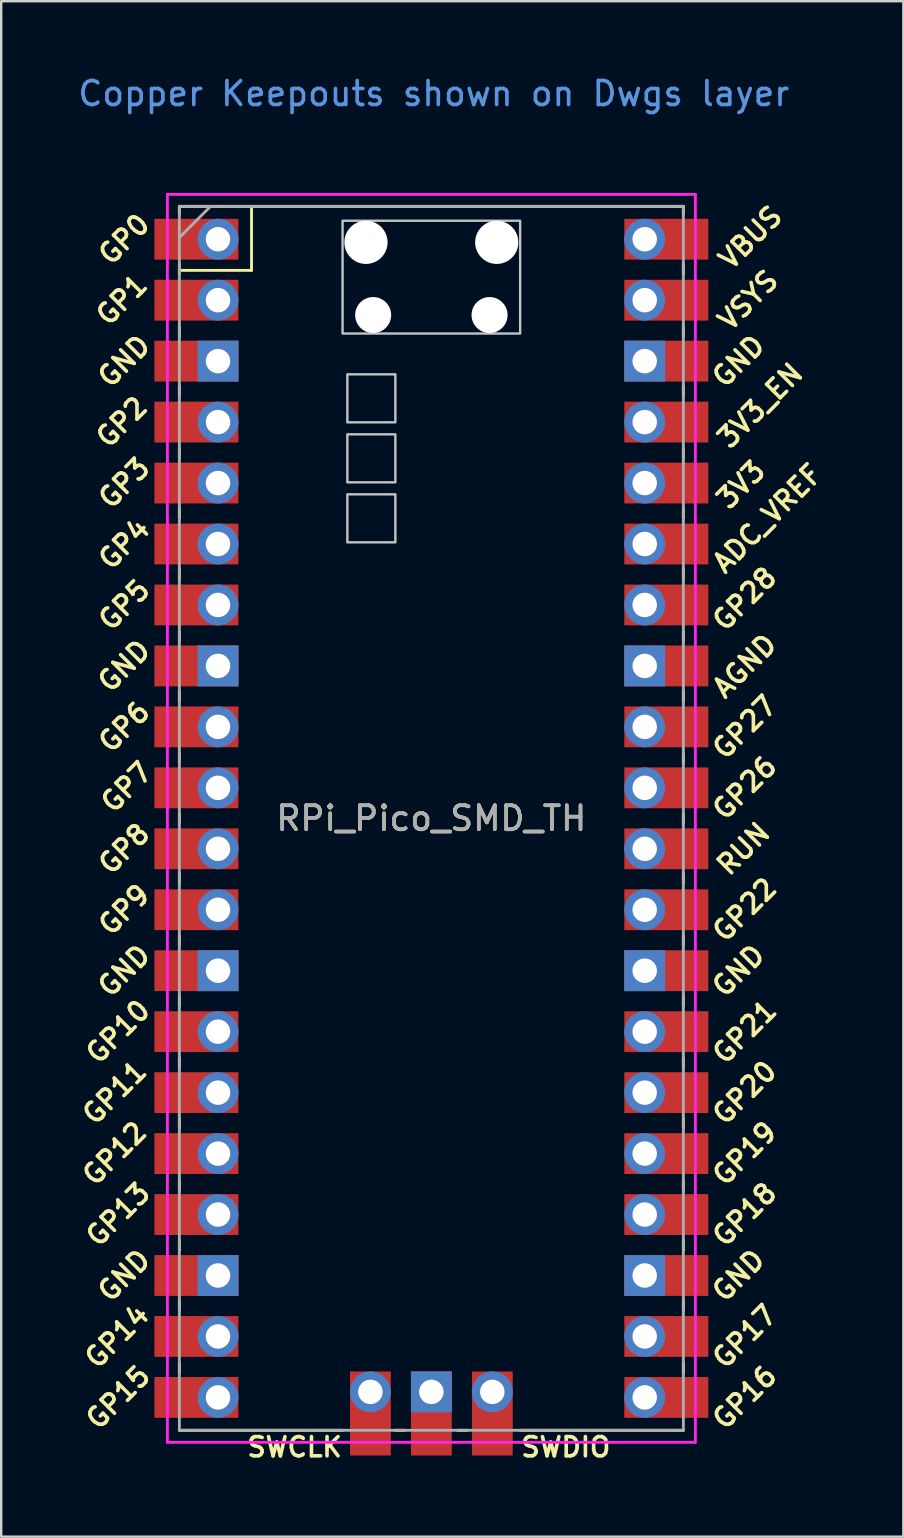
<source format=kicad_pcb>
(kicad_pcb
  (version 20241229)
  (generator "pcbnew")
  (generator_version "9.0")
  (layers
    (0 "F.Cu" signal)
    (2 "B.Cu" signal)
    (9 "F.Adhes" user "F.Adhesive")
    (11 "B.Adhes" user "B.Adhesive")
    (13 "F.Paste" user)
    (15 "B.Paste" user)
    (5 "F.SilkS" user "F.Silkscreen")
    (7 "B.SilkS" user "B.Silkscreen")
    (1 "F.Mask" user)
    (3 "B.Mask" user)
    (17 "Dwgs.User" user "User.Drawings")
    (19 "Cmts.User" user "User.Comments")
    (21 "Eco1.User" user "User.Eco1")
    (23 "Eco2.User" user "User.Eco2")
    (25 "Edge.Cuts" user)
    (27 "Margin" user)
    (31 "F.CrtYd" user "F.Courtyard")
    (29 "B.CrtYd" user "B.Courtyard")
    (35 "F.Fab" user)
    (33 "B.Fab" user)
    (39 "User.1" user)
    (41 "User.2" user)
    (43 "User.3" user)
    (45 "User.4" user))
  (footprint "RPi_Pico_SMD_TH"
    (layer "F.Cu")
    (at 14.924 31.048)
    (property "Reference" "RPi_Pico_SMD_TH" (at 0 0 0) (layer "F.SilkS") (effects (font (size 1 1) (thickness 0.15))))
    (attr through_hole)
    (fp_line (start -10.5 -25.5) (end -10.5 -25.2) (stroke (width 0.12) (type solid)) (layer "F.SilkS"))
    (fp_line (start -10.5 -25.5) (end 10.5 -25.5) (stroke (width 0.12) (type solid)) (layer "F.SilkS"))
    (fp_line (start -10.5 -23.1) (end -10.5 -22.7) (stroke (width 0.12) (type solid)) (layer "F.SilkS"))
    (fp_line (start -10.5 -22.833) (end -7.493 -22.833) (stroke (width 0.12) (type solid)) (layer "F.SilkS"))
    (fp_line (start -10.5 -20.5) (end -10.5 -20.1) (stroke (width 0.12) (type solid)) (layer "F.SilkS"))
    (fp_line (start -10.5 -18) (end -10.5 -17.6) (stroke (width 0.12) (type solid)) (layer "F.SilkS"))
    (fp_line (start -10.5 -15.4) (end -10.5 -15) (stroke (width 0.12) (type solid)) (layer "F.SilkS"))
    (fp_line (start -10.5 -12.9) (end -10.5 -12.5) (stroke (width 0.12) (type solid)) (layer "F.SilkS"))
    (fp_line (start -10.5 -10.4) (end -10.5 -10) (stroke (width 0.12) (type solid)) (layer "F.SilkS"))
    (fp_line (start -10.5 -7.8) (end -10.5 -7.4) (stroke (width 0.12) (type solid)) (layer "F.SilkS"))
    (fp_line (start -10.5 -5.3) (end -10.5 -4.9) (stroke (width 0.12) (type solid)) (layer "F.SilkS"))
    (fp_line (start -10.5 -2.7) (end -10.5 -2.3) (stroke (width 0.12) (type solid)) (layer "F.SilkS"))
    (fp_line (start -10.5 -0.2) (end -10.5 0.2) (stroke (width 0.12) (type solid)) (layer "F.SilkS"))
    (fp_line (start -10.5 2.3) (end -10.5 2.7) (stroke (width 0.12) (type solid)) (layer "F.SilkS"))
    (fp_line (start -10.5 4.9) (end -10.5 5.3) (stroke (width 0.12) (type solid)) (layer "F.SilkS"))
    (fp_line (start -10.5 7.4) (end -10.5 7.8) (stroke (width 0.12) (type solid)) (layer "F.SilkS"))
    (fp_line (start -10.5 10) (end -10.5 10.4) (stroke (width 0.12) (type solid)) (layer "F.SilkS"))
    (fp_line (start -10.5 12.5) (end -10.5 12.9) (stroke (width 0.12) (type solid)) (layer "F.SilkS"))
    (fp_line (start -10.5 15.1) (end -10.5 15.5) (stroke (width 0.12) (type solid)) (layer "F.SilkS"))
    (fp_line (start -10.5 17.6) (end -10.5 18) (stroke (width 0.12) (type solid)) (layer "F.SilkS"))
    (fp_line (start -10.5 20.1) (end -10.5 20.5) (stroke (width 0.12) (type solid)) (layer "F.SilkS"))
    (fp_line (start -10.5 22.7) (end -10.5 23.1) (stroke (width 0.12) (type solid)) (layer "F.SilkS"))
    (fp_line (start -7.493 -22.833) (end -7.493 -25.5) (stroke (width 0.12) (type solid)) (layer "F.SilkS"))
    (fp_line (start -3.7 25.5) (end -10.5 25.5) (stroke (width 0.12) (type solid)) (layer "F.SilkS"))
    (fp_line (start -1.5 25.5) (end -1.1 25.5) (stroke (width 0.12) (type solid)) (layer "F.SilkS"))
    (fp_line (start 1.1 25.5) (end 1.5 25.5) (stroke (width 0.12) (type solid)) (layer "F.SilkS"))
    (fp_line (start 10.5 -25.5) (end 10.5 -25.2) (stroke (width 0.12) (type solid)) (layer "F.SilkS"))
    (fp_line (start 10.5 -23.1) (end 10.5 -22.7) (stroke (width 0.12) (type solid)) (layer "F.SilkS"))
    (fp_line (start 10.5 -20.5) (end 10.5 -20.1) (stroke (width 0.12) (type solid)) (layer "F.SilkS"))
    (fp_line (start 10.5 -18) (end 10.5 -17.6) (stroke (width 0.12) (type solid)) (layer "F.SilkS"))
    (fp_line (start 10.5 -15.4) (end 10.5 -15) (stroke (width 0.12) (type solid)) (layer "F.SilkS"))
    (fp_line (start 10.5 -12.9) (end 10.5 -12.5) (stroke (width 0.12) (type solid)) (layer "F.SilkS"))
    (fp_line (start 10.5 -10.4) (end 10.5 -10) (stroke (width 0.12) (type solid)) (layer "F.SilkS"))
    (fp_line (start 10.5 -7.8) (end 10.5 -7.4) (stroke (width 0.12) (type solid)) (layer "F.SilkS"))
    (fp_line (start 10.5 -5.3) (end 10.5 -4.9) (stroke (width 0.12) (type solid)) (layer "F.SilkS"))
    (fp_line (start 10.5 -2.7) (end 10.5 -2.3) (stroke (width 0.12) (type solid)) (layer "F.SilkS"))
    (fp_line (start 10.5 -0.2) (end 10.5 0.2) (stroke (width 0.12) (type solid)) (layer "F.SilkS"))
    (fp_line (start 10.5 2.3) (end 10.5 2.7) (stroke (width 0.12) (type solid)) (layer "F.SilkS"))
    (fp_line (start 10.5 4.9) (end 10.5 5.3) (stroke (width 0.12) (type solid)) (layer "F.SilkS"))
    (fp_line (start 10.5 7.4) (end 10.5 7.8) (stroke (width 0.12) (type solid)) (layer "F.SilkS"))
    (fp_line (start 10.5 10) (end 10.5 10.4) (stroke (width 0.12) (type solid)) (layer "F.SilkS"))
    (fp_line (start 10.5 12.5) (end 10.5 12.9) (stroke (width 0.12) (type solid)) (layer "F.SilkS"))
    (fp_line (start 10.5 15.1) (end 10.5 15.5) (stroke (width 0.12) (type solid)) (layer "F.SilkS"))
    (fp_line (start 10.5 17.6) (end 10.5 18) (stroke (width 0.12) (type solid)) (layer "F.SilkS"))
    (fp_line (start 10.5 20.1) (end 10.5 20.5) (stroke (width 0.12) (type solid)) (layer "F.SilkS"))
    (fp_line (start 10.5 22.7) (end 10.5 23.1) (stroke (width 0.12) (type solid)) (layer "F.SilkS"))
    (fp_line (start 10.5 25.5) (end 3.7 25.5) (stroke (width 0.12) (type solid)) (layer "F.SilkS"))
    (fp_poly (pts (xy -1.5 -16.5) (xy -3.5 -16.5) (xy -3.5 -18.5) (xy -1.5 -18.5)) (stroke (width 0.1) (type solid)) (fill no) (layer "Dwgs.User"))
    (fp_poly (pts (xy -1.5 -14) (xy -3.5 -14) (xy -3.5 -16) (xy -1.5 -16)) (stroke (width 0.1) (type solid)) (fill no) (layer "Dwgs.User"))
    (fp_poly (pts (xy -1.5 -11.5) (xy -3.5 -11.5) (xy -3.5 -13.5) (xy -1.5 -13.5)) (stroke (width 0.1) (type solid)) (fill no) (layer "Dwgs.User"))
    (fp_poly (pts (xy 3.7 -20.2) (xy -3.7 -20.2) (xy -3.7 -24.9) (xy 3.7 -24.9)) (stroke (width 0.1) (type solid)) (fill no) (layer "Dwgs.User"))
    (fp_line (start -11 -26) (end 11 -26) (stroke (width 0.12) (type solid)) (layer "F.CrtYd"))
    (fp_line (start -11 26) (end -11 -26) (stroke (width 0.12) (type solid)) (layer "F.CrtYd"))
    (fp_line (start 11 -26) (end 11 26) (stroke (width 0.12) (type solid)) (layer "F.CrtYd"))
    (fp_line (start 11 26) (end -11 26) (stroke (width 0.12) (type solid)) (layer "F.CrtYd"))
    (fp_line (start -10.5 -25.5) (end 10.5 -25.5) (stroke (width 0.12) (type solid)) (layer "F.Fab"))
    (fp_line (start -10.5 -24.2) (end -9.2 -25.5) (stroke (width 0.12) (type solid)) (layer "F.Fab"))
    (fp_line (start -10.5 25.5) (end -10.5 -25.5) (stroke (width 0.12) (type solid)) (layer "F.Fab"))
    (fp_line (start 10.5 -25.5) (end 10.5 25.5) (stroke (width 0.12) (type solid)) (layer "F.Fab"))
    (fp_line (start 10.5 25.5) (end -10.5 25.5) (stroke (width 0.12) (type solid)) (layer "F.Fab"))
    (fp_text user "SWCLK" (at -5.7 26.2 0) (layer "F.SilkS") (effects (font (size 0.8 0.8) (thickness 0.15))))
    (fp_text user "GP8" (at -12.8 1.27 45) (layer "F.SilkS") (effects (font (size 0.8 0.8) (thickness 0.15))))
    (fp_text user "GND" (at 12.8 -19.05 45) (layer "F.SilkS") (effects (font (size 0.8 0.8) (thickness 0.15))))
    (fp_text user "VBUS" (at 13.3 -24.2 45) (layer "F.SilkS") (effects (font (size 0.8 0.8) (thickness 0.15))))
    (fp_text user "GP9" (at -12.8 3.81 45) (layer "F.SilkS") (effects (font (size 0.8 0.8) (thickness 0.15))))
    (fp_text user "GP10" (at -13.054 8.89 45) (layer "F.SilkS") (effects (font (size 0.8 0.8) (thickness 0.15))))
    (fp_text user "GP0" (at -12.8 -24.13 45) (layer "F.SilkS") (effects (font (size 0.8 0.8) (thickness 0.15))))
    (fp_text user "GP4" (at -12.8 -11.43 45) (layer "F.SilkS") (effects (font (size 0.8 0.8) (thickness 0.15))))
    (fp_text user "GP7" (at -12.7 -1.3 45) (layer "F.SilkS") (effects (font (size 0.8 0.8) (thickness 0.15))))
    (fp_text user "GND" (at -12.8 -19.05 45) (layer "F.SilkS") (effects (font (size 0.8 0.8) (thickness 0.15))))
    (fp_text user "AGND" (at 13.054 -6.35 45) (layer "F.SilkS") (effects (font (size 0.8 0.8) (thickness 0.15))))
    (fp_text user "GP22" (at 13.054 3.81 45) (layer "F.SilkS") (effects (font (size 0.8 0.8) (thickness 0.15))))
    (fp_text user "GND" (at 12.8 6.35 45) (layer "F.SilkS") (effects (font (size 0.8 0.8) (thickness 0.15))))
    (fp_text user "GP20" (at 13.054 11.43 45) (layer "F.SilkS") (effects (font (size 0.8 0.8) (thickness 0.15))))
    (fp_text user "GND" (at -12.8 -6.35 45) (layer "F.SilkS") (effects (font (size 0.8 0.8) (thickness 0.15))))
    (fp_text user "GP19" (at 13.054 13.97 45) (layer "F.SilkS") (effects (font (size 0.8 0.8) (thickness 0.15))))
    (fp_text user "3V3_EN" (at 13.7 -17.2 45) (layer "F.SilkS") (effects (font (size 0.8 0.8) (thickness 0.15))))
    (fp_text user "GP3" (at -12.8 -13.97 45) (layer "F.SilkS") (effects (font (size 0.8 0.8) (thickness 0.15))))
    (fp_text user "GP17" (at 13.054 21.59 45) (layer "F.SilkS") (effects (font (size 0.8 0.8) (thickness 0.15))))
    (fp_text user "GP16" (at 13.054 24.13 45) (layer "F.SilkS") (effects (font (size 0.8 0.8) (thickness 0.15))))
    (fp_text user "GP2" (at -12.9 -16.51 45) (layer "F.SilkS") (effects (font (size 0.8 0.8) (thickness 0.15))))
    (fp_text user "GP15" (at -13.054 24.13 45) (layer "F.SilkS") (effects (font (size 0.8 0.8) (thickness 0.15))))
    (fp_text user "RUN" (at 13 1.27 45) (layer "F.SilkS") (effects (font (size 0.8 0.8) (thickness 0.15))))
    (fp_text user "ADC_VREF" (at 14 -12.5 45) (layer "F.SilkS") (effects (font (size 0.8 0.8) (thickness 0.15))))
    (fp_text user "GP26" (at 13.054 -1.27 45) (layer "F.SilkS") (effects (font (size 0.8 0.8) (thickness 0.15))))
    (fp_text user "GND" (at 12.8 19.05 45) (layer "F.SilkS") (effects (font (size 0.8 0.8) (thickness 0.15))))
    (fp_text user "GP6" (at -12.8 -3.81 45) (layer "F.SilkS") (effects (font (size 0.8 0.8) (thickness 0.15))))
    (fp_text user "GP11" (at -13.2 11.43 45) (layer "F.SilkS") (effects (font (size 0.8 0.8) (thickness 0.15))))
    (fp_text user "SWDIO" (at 5.6 26.2 0) (layer "F.SilkS") (effects (font (size 0.8 0.8) (thickness 0.15))))
    (fp_text user "3V3" (at 12.9 -13.9 45) (layer "F.SilkS") (effects (font (size 0.8 0.8) (thickness 0.15))))
    (fp_text user "GND" (at -12.8 6.35 45) (layer "F.SilkS") (effects (font (size 0.8 0.8) (thickness 0.15))))
    (fp_text user "GP14" (at -13.1 21.59 45) (layer "F.SilkS") (effects (font (size 0.8 0.8) (thickness 0.15))))
    (fp_text user "GP27" (at 13.054 -3.8 45) (layer "F.SilkS") (effects (font (size 0.8 0.8) (thickness 0.15))))
    (fp_text user "GP18" (at 13.054 16.51 45) (layer "F.SilkS") (effects (font (size 0.8 0.8) (thickness 0.15))))
    (fp_text user "GP12" (at -13.2 13.97 45) (layer "F.SilkS") (effects (font (size 0.8 0.8) (thickness 0.15))))
    (fp_text user "VSYS" (at 13.2 -21.59 45) (layer "F.SilkS") (effects (font (size 0.8 0.8) (thickness 0.15))))
    (fp_text user "GP5" (at -12.8 -8.89 45) (layer "F.SilkS") (effects (font (size 0.8 0.8) (thickness 0.15))))
    (fp_text user "GP28" (at 13.054 -9.144 45) (layer "F.SilkS") (effects (font (size 0.8 0.8) (thickness 0.15))))
    (fp_text user "GND" (at -12.8 19.05 45) (layer "F.SilkS") (effects (font (size 0.8 0.8) (thickness 0.15))))
    (fp_text user "GP13" (at -13.054 16.51 45) (layer "F.SilkS") (effects (font (size 0.8 0.8) (thickness 0.15))))
    (fp_text user "GP21" (at 13.054 8.9 45) (layer "F.SilkS") (effects (font (size 0.8 0.8) (thickness 0.15))))
    (fp_text user "GP1" (at -12.9 -21.6 45) (layer "F.SilkS") (effects (font (size 0.8 0.8) (thickness 0.15))))
    (fp_text user "Copper Keepouts shown on Dwgs layer" (at 0.1 -30.2 0) (layer "Cmts.User") (effects (font (size 1 1) (thickness 0.15))))
    (fp_text user "${REFERENCE}" (at 0 0 180) (layer "F.Fab") (effects (font (size 1 1) (thickness 0.15))))
    (pad "" np_thru_hole oval (at -2.725 -24) (size 1.8 1.8) (drill 1.8) (layers "*.Cu" "*.Mask"))
    (pad "" np_thru_hole oval (at -2.425 -20.97) (size 1.5 1.5) (drill 1.5) (layers "*.Cu" "*.Mask"))
    (pad "" np_thru_hole oval (at 2.425 -20.97) (size 1.5 1.5) (drill 1.5) (layers "*.Cu" "*.Mask"))
    (pad "" np_thru_hole oval (at 2.725 -24) (size 1.8 1.8) (drill 1.8) (layers "*.Cu" "*.Mask"))
    (pad "1" thru_hole oval (at -8.89 -24.13) (size 1.7 1.7) (drill 1.02) (layers "*.Cu" "*.Mask"))
    (pad "1" smd rect (at -8.89 -24.13) (size 3.5 1.7) (drill (offset -0.9 0)) (layers "F.Cu" "F.Mask"))
    (pad "2" thru_hole oval (at -8.89 -21.59) (size 1.7 1.7) (drill 1.02) (layers "*.Cu" "*.Mask"))
    (pad "2" smd rect (at -8.89 -21.59) (size 3.5 1.7) (drill (offset -0.9 0)) (layers "F.Cu" "F.Mask"))
    (pad "3" thru_hole rect (at -8.89 -19.05) (size 1.7 1.7) (drill 1.02) (layers "*.Cu" "*.Mask"))
    (pad "3" smd rect (at -8.89 -19.05) (size 3.5 1.7) (drill (offset -0.9 0)) (layers "F.Cu" "F.Mask"))
    (pad "4" thru_hole oval (at -8.89 -16.51) (size 1.7 1.7) (drill 1.02) (layers "*.Cu" "*.Mask"))
    (pad "4" smd rect (at -8.89 -16.51) (size 3.5 1.7) (drill (offset -0.9 0)) (layers "F.Cu" "F.Mask"))
    (pad "5" thru_hole oval (at -8.89 -13.97) (size 1.7 1.7) (drill 1.02) (layers "*.Cu" "*.Mask"))
    (pad "5" smd rect (at -8.89 -13.97) (size 3.5 1.7) (drill (offset -0.9 0)) (layers "F.Cu" "F.Mask"))
    (pad "6" thru_hole oval (at -8.89 -11.43) (size 1.7 1.7) (drill 1.02) (layers "*.Cu" "*.Mask"))
    (pad "6" smd rect (at -8.89 -11.43) (size 3.5 1.7) (drill (offset -0.9 0)) (layers "F.Cu" "F.Mask"))
    (pad "7" thru_hole oval (at -8.89 -8.89) (size 1.7 1.7) (drill 1.02) (layers "*.Cu" "*.Mask"))
    (pad "7" smd rect (at -8.89 -8.89) (size 3.5 1.7) (drill (offset -0.9 0)) (layers "F.Cu" "F.Mask"))
    (pad "8" thru_hole rect (at -8.89 -6.35) (size 1.7 1.7) (drill 1.02) (layers "*.Cu" "*.Mask"))
    (pad "8" smd rect (at -8.89 -6.35) (size 3.5 1.7) (drill (offset -0.9 0)) (layers "F.Cu" "F.Mask"))
    (pad "9" thru_hole oval (at -8.89 -3.81) (size 1.7 1.7) (drill 1.02) (layers "*.Cu" "*.Mask"))
    (pad "9" smd rect (at -8.89 -3.81) (size 3.5 1.7) (drill (offset -0.9 0)) (layers "F.Cu" "F.Mask"))
    (pad "10" thru_hole oval (at -8.89 -1.27) (size 1.7 1.7) (drill 1.02) (layers "*.Cu" "*.Mask"))
    (pad "10" smd rect (at -8.89 -1.27) (size 3.5 1.7) (drill (offset -0.9 0)) (layers "F.Cu" "F.Mask"))
    (pad "11" thru_hole oval (at -8.89 1.27) (size 1.7 1.7) (drill 1.02) (layers "*.Cu" "*.Mask"))
    (pad "11" smd rect (at -8.89 1.27) (size 3.5 1.7) (drill (offset -0.9 0)) (layers "F.Cu" "F.Mask"))
    (pad "12" thru_hole oval (at -8.89 3.81) (size 1.7 1.7) (drill 1.02) (layers "*.Cu" "*.Mask"))
    (pad "12" smd rect (at -8.89 3.81) (size 3.5 1.7) (drill (offset -0.9 0)) (layers "F.Cu" "F.Mask"))
    (pad "13" thru_hole rect (at -8.89 6.35) (size 1.7 1.7) (drill 1.02) (layers "*.Cu" "*.Mask"))
    (pad "13" smd rect (at -8.89 6.35) (size 3.5 1.7) (drill (offset -0.9 0)) (layers "F.Cu" "F.Mask"))
    (pad "14" thru_hole oval (at -8.89 8.89) (size 1.7 1.7) (drill 1.02) (layers "*.Cu" "*.Mask"))
    (pad "14" smd rect (at -8.89 8.89) (size 3.5 1.7) (drill (offset -0.9 0)) (layers "F.Cu" "F.Mask"))
    (pad "15" thru_hole oval (at -8.89 11.43) (size 1.7 1.7) (drill 1.02) (layers "*.Cu" "*.Mask"))
    (pad "15" smd rect (at -8.89 11.43) (size 3.5 1.7) (drill (offset -0.9 0)) (layers "F.Cu" "F.Mask"))
    (pad "16" thru_hole oval (at -8.89 13.97) (size 1.7 1.7) (drill 1.02) (layers "*.Cu" "*.Mask"))
    (pad "16" smd rect (at -8.89 13.97) (size 3.5 1.7) (drill (offset -0.9 0)) (layers "F.Cu" "F.Mask"))
    (pad "17" thru_hole oval (at -8.89 16.51) (size 1.7 1.7) (drill 1.02) (layers "*.Cu" "*.Mask"))
    (pad "17" smd rect (at -8.89 16.51) (size 3.5 1.7) (drill (offset -0.9 0)) (layers "F.Cu" "F.Mask"))
    (pad "18" thru_hole rect (at -8.89 19.05) (size 1.7 1.7) (drill 1.02) (layers "*.Cu" "*.Mask"))
    (pad "18" smd rect (at -8.89 19.05) (size 3.5 1.7) (drill (offset -0.9 0)) (layers "F.Cu" "F.Mask"))
    (pad "19" thru_hole oval (at -8.89 21.59) (size 1.7 1.7) (drill 1.02) (layers "*.Cu" "*.Mask"))
    (pad "19" smd rect (at -8.89 21.59) (size 3.5 1.7) (drill (offset -0.9 0)) (layers "F.Cu" "F.Mask"))
    (pad "20" thru_hole oval (at -8.89 24.13) (size 1.7 1.7) (drill 1.02) (layers "*.Cu" "*.Mask"))
    (pad "20" smd rect (at -8.89 24.13) (size 3.5 1.7) (drill (offset -0.9 0)) (layers "F.Cu" "F.Mask"))
    (pad "21" thru_hole oval (at 8.89 24.13) (size 1.7 1.7) (drill 1.02) (layers "*.Cu" "*.Mask"))
    (pad "21" smd rect (at 8.89 24.13) (size 3.5 1.7) (drill (offset 0.9 0)) (layers "F.Cu" "F.Mask"))
    (pad "22" thru_hole oval (at 8.89 21.59) (size 1.7 1.7) (drill 1.02) (layers "*.Cu" "*.Mask"))
    (pad "22" smd rect (at 8.89 21.59) (size 3.5 1.7) (drill (offset 0.9 0)) (layers "F.Cu" "F.Mask"))
    (pad "23" thru_hole rect (at 8.89 19.05) (size 1.7 1.7) (drill 1.02) (layers "*.Cu" "*.Mask"))
    (pad "23" smd rect (at 8.89 19.05) (size 3.5 1.7) (drill (offset 0.9 0)) (layers "F.Cu" "F.Mask"))
    (pad "24" thru_hole oval (at 8.89 16.51) (size 1.7 1.7) (drill 1.02) (layers "*.Cu" "*.Mask"))
    (pad "24" smd rect (at 8.89 16.51) (size 3.5 1.7) (drill (offset 0.9 0)) (layers "F.Cu" "F.Mask"))
    (pad "25" thru_hole oval (at 8.89 13.97) (size 1.7 1.7) (drill 1.02) (layers "*.Cu" "*.Mask"))
    (pad "25" smd rect (at 8.89 13.97) (size 3.5 1.7) (drill (offset 0.9 0)) (layers "F.Cu" "F.Mask"))
    (pad "26" thru_hole oval (at 8.89 11.43) (size 1.7 1.7) (drill 1.02) (layers "*.Cu" "*.Mask"))
    (pad "26" smd rect (at 8.89 11.43) (size 3.5 1.7) (drill (offset 0.9 0)) (layers "F.Cu" "F.Mask"))
    (pad "27" thru_hole oval (at 8.89 8.89) (size 1.7 1.7) (drill 1.02) (layers "*.Cu" "*.Mask"))
    (pad "27" smd rect (at 8.89 8.89) (size 3.5 1.7) (drill (offset 0.9 0)) (layers "F.Cu" "F.Mask"))
    (pad "28" thru_hole rect (at 8.89 6.35) (size 1.7 1.7) (drill 1.02) (layers "*.Cu" "*.Mask"))
    (pad "28" smd rect (at 8.89 6.35) (size 3.5 1.7) (drill (offset 0.9 0)) (layers "F.Cu" "F.Mask"))
    (pad "29" thru_hole oval (at 8.89 3.81) (size 1.7 1.7) (drill 1.02) (layers "*.Cu" "*.Mask"))
    (pad "29" smd rect (at 8.89 3.81) (size 3.5 1.7) (drill (offset 0.9 0)) (layers "F.Cu" "F.Mask"))
    (pad "30" thru_hole oval (at 8.89 1.27) (size 1.7 1.7) (drill 1.02) (layers "*.Cu" "*.Mask"))
    (pad "30" smd rect (at 8.89 1.27) (size 3.5 1.7) (drill (offset 0.9 0)) (layers "F.Cu" "F.Mask"))
    (pad "31" thru_hole oval (at 8.89 -1.27) (size 1.7 1.7) (drill 1.02) (layers "*.Cu" "*.Mask"))
    (pad "31" smd rect (at 8.89 -1.27) (size 3.5 1.7) (drill (offset 0.9 0)) (layers "F.Cu" "F.Mask"))
    (pad "32" thru_hole oval (at 8.89 -3.81) (size 1.7 1.7) (drill 1.02) (layers "*.Cu" "*.Mask"))
    (pad "32" smd rect (at 8.89 -3.81) (size 3.5 1.7) (drill (offset 0.9 0)) (layers "F.Cu" "F.Mask"))
    (pad "33" thru_hole rect (at 8.89 -6.35) (size 1.7 1.7) (drill 1.02) (layers "*.Cu" "*.Mask"))
    (pad "33" smd rect (at 8.89 -6.35) (size 3.5 1.7) (drill (offset 0.9 0)) (layers "F.Cu" "F.Mask"))
    (pad "34" thru_hole oval (at 8.89 -8.89) (size 1.7 1.7) (drill 1.02) (layers "*.Cu" "*.Mask"))
    (pad "34" smd rect (at 8.89 -8.89) (size 3.5 1.7) (drill (offset 0.9 0)) (layers "F.Cu" "F.Mask"))
    (pad "35" thru_hole oval (at 8.89 -11.43) (size 1.7 1.7) (drill 1.02) (layers "*.Cu" "*.Mask"))
    (pad "35" smd rect (at 8.89 -11.43) (size 3.5 1.7) (drill (offset 0.9 0)) (layers "F.Cu" "F.Mask"))
    (pad "36" thru_hole oval (at 8.89 -13.97) (size 1.7 1.7) (drill 1.02) (layers "*.Cu" "*.Mask"))
    (pad "36" smd rect (at 8.89 -13.97) (size 3.5 1.7) (drill (offset 0.9 0)) (layers "F.Cu" "F.Mask"))
    (pad "37" thru_hole oval (at 8.89 -16.51) (size 1.7 1.7) (drill 1.02) (layers "*.Cu" "*.Mask"))
    (pad "37" smd rect (at 8.89 -16.51) (size 3.5 1.7) (drill (offset 0.9 0)) (layers "F.Cu" "F.Mask"))
    (pad "38" thru_hole rect (at 8.89 -19.05) (size 1.7 1.7) (drill 1.02) (layers "*.Cu" "*.Mask"))
    (pad "38" smd rect (at 8.89 -19.05) (size 3.5 1.7) (drill (offset 0.9 0)) (layers "F.Cu" "F.Mask"))
    (pad "39" thru_hole oval (at 8.89 -21.59) (size 1.7 1.7) (drill 1.02) (layers "*.Cu" "*.Mask"))
    (pad "39" smd rect (at 8.89 -21.59) (size 3.5 1.7) (drill (offset 0.9 0)) (layers "F.Cu" "F.Mask"))
    (pad "40" thru_hole oval (at 8.89 -24.13) (size 1.7 1.7) (drill 1.02) (layers "*.Cu" "*.Mask"))
    (pad "40" smd rect (at 8.89 -24.13) (size 3.5 1.7) (drill (offset 0.9 0)) (layers "F.Cu" "F.Mask"))
    (pad "41" thru_hole oval (at -2.54 23.9) (size 1.7 1.7) (drill 1.02) (layers "*.Cu" "*.Mask"))
    (pad "41" smd rect (at -2.54 23.9 90) (size 3.5 1.7) (drill (offset -0.9 0)) (layers "F.Cu" "F.Mask"))
    (pad "42" thru_hole rect (at 0 23.9) (size 1.7 1.7) (drill 1.02) (layers "*.Cu" "*.Mask"))
    (pad "42" smd rect (at 0 23.9 90) (size 3.5 1.7) (drill (offset -0.9 0)) (layers "F.Cu" "F.Mask"))
    (pad "43" thru_hole oval (at 2.54 23.9) (size 1.7 1.7) (drill 1.02) (layers "*.Cu" "*.Mask"))
    (pad "43" smd rect (at 2.54 23.9 90) (size 3.5 1.7) (drill (offset -0.9 0)) (layers "F.Cu" "F.Mask")))
  (gr_rect
    (start -3 -3)
    (end 34.591 60.98)
    (stroke (width 0.1) (type default))
    (fill no)
    (layer "Edge.Cuts")))
</source>
